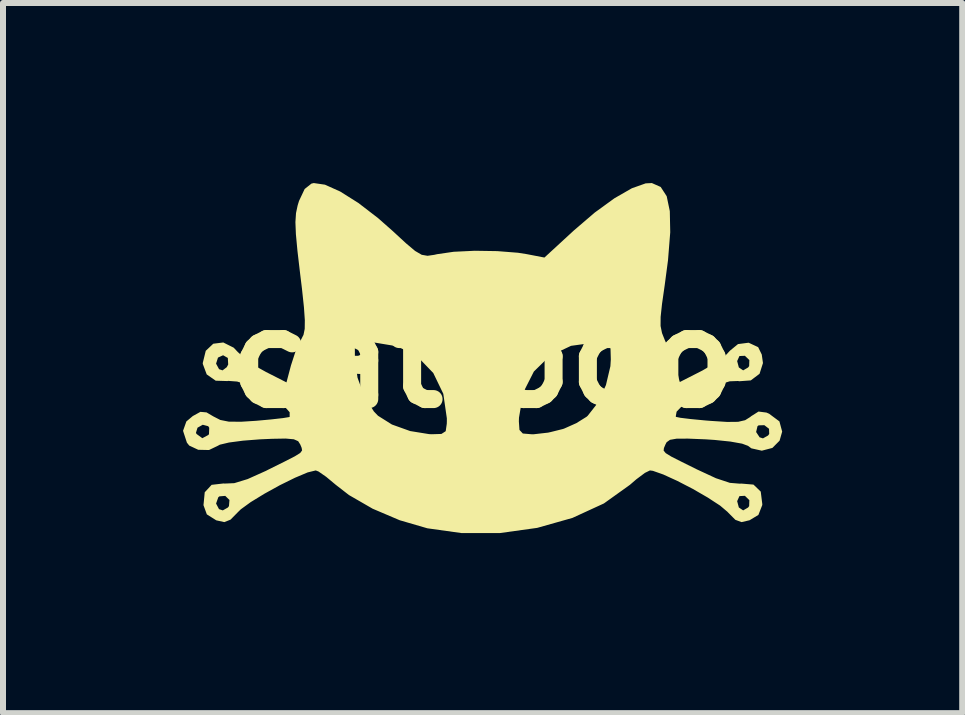
<source format=kicad_pcb>
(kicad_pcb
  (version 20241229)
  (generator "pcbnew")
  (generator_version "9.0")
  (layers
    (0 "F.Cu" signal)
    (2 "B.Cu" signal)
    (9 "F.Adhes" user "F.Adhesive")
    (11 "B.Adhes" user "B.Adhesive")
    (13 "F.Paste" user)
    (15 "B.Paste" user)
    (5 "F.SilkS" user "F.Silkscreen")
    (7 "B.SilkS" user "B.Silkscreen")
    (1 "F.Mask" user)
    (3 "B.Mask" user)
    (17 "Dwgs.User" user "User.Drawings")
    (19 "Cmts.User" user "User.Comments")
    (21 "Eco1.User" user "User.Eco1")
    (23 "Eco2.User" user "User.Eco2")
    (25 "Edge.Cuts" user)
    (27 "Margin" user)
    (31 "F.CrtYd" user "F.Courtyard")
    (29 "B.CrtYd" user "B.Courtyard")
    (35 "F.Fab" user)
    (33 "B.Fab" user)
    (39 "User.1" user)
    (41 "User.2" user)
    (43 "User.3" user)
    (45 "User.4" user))
  (footprint "catlogo"
    (layer "F.Cu")
    (at 4.995 2.921)
    (property "Reference" "catlogo" (at 0 0 0) (layer "F.SilkS") (effects (font (size 1.5 1.5) (thickness 0.3))))
    (attr board_only exclude_from_pos_files exclude_from_bom)
    (fp_poly (pts (xy 2.963 -2.856) (xy 3.063 -2.702) (xy 3.115 -2.453) (xy 3.122 -2.101) (xy 3.085 -1.636) (xy 3.03 -1.22) (xy 2.985 -0.906) (xy 2.962 -0.691) (xy 2.961 -0.54) (xy 2.985 -0.422) (xy 3.033 -0.301) (xy 3.059 -0.245) (xy 3.152 -0.031) (xy 3.223 0.166) (xy 3.236 0.214) (xy 3.28 0.395) (xy 3.657 0.203) (xy 3.87 0.08) (xy 3.917 0.045) (xy 4.237 0.045) (xy 4.265 0.151) (xy 4.337 0.2) (xy 4.419 0.152) (xy 4.437 0.128) (xy 4.44 0.028) (xy 4.366 -0.043) (xy 4.275 -0.039) (xy 4.237 0.045) (xy 3.917 0.045) (xy 4.04 -0.045) (xy 4.117 -0.128) (xy 4.251 -0.238) (xy 4.428 -0.261) (xy 4.585 -0.188) (xy 4.587 -0.187) (xy 4.647 -0.064) (xy 4.667 0.078) (xy 4.61 0.257) (xy 4.464 0.367) (xy 4.27 0.381) (xy 4.252 0.377) (xy 4.113 0.382) (xy 3.923 0.442) (xy 3.711 0.539) (xy 3.505 0.656) (xy 3.334 0.778) (xy 3.228 0.888) (xy 3.214 0.968) (xy 3.219 0.975) (xy 3.291 0.99) (xy 3.463 1.011) (xy 3.703 1.034) (xy 3.789 1.041) (xy 4.07 1.059) (xy 4.253 1.057) (xy 4.37 1.03) (xy 4.456 0.976) (xy 4.468 0.965) (xy 4.593 0.886) (xy 4.725 0.903) (xy 4.769 0.922) (xy 4.941 1.05) (xy 4.987 1.22) (xy 4.944 1.371) (xy 4.824 1.492) (xy 4.648 1.538) (xy 4.474 1.499) (xy 4.417 1.457) (xy 4.32 1.421) (xy 4.124 1.386) (xy 3.863 1.359) (xy 3.714 1.349) (xy 3.418 1.337) (xy 3.228 1.338) (xy 3.118 1.357) (xy 3.062 1.397) (xy 3.042 1.435) (xy 3.017 1.494) (xy 3.012 1.537) (xy 3.047 1.579) (xy 3.141 1.637) (xy 3.315 1.725) (xy 3.567 1.85) (xy 3.884 1.997) (xy 4.116 2.074) (xy 4.285 2.088) (xy 4.304 2.086) (xy 4.509 2.103) (xy 4.63 2.22) (xy 4.656 2.429) (xy 4.655 2.445) (xy 4.591 2.608) (xy 4.444 2.697) (xy 4.31 2.728) (xy 4.207 2.69) (xy 4.082 2.564) (xy 4.077 2.558) (xy 3.953 2.453) (xy 3.839 2.379) (xy 4.237 2.379) (xy 4.265 2.484) (xy 4.337 2.533) (xy 4.419 2.485) (xy 4.437 2.461) (xy 4.44 2.362) (xy 4.366 2.29) (xy 4.275 2.295) (xy 4.237 2.379) (xy 3.839 2.379) (xy 3.749 2.32) (xy 3.5 2.176) (xy 3.241 2.042) (xy 3.007 1.935) (xy 2.834 1.874) (xy 2.784 1.867) (xy 2.7 1.908) (xy 2.557 2.015) (xy 2.45 2.107) (xy 2.017 2.417) (xy 1.493 2.658) (xy 0.906 2.824) (xy 0.281 2.911) (xy -0.354 2.911) (xy -0.925 2.831) (xy -1.385 2.697) (xy -1.836 2.505) (xy -2.231 2.277) (xy -2.45 2.107) (xy -2.611 1.973) (xy -2.738 1.885) (xy -2.784 1.867) (xy -2.919 1.9) (xy -3.13 1.989) (xy -3.382 2.113) (xy -3.639 2.255) (xy -3.868 2.395) (xy -4.033 2.515) (xy -4.077 2.558) (xy -4.204 2.687) (xy -4.307 2.728) (xy -4.439 2.699) (xy -4.444 2.697) (xy -4.599 2.599) (xy -4.655 2.445) (xy -4.652 2.419) (xy -4.445 2.419) (xy -4.396 2.512) (xy -4.333 2.533) (xy -4.248 2.485) (xy -4.23 2.461) (xy -4.222 2.359) (xy -4.292 2.291) (xy -4.389 2.299) (xy -4.408 2.314) (xy -4.445 2.419) (xy -4.652 2.419) (xy -4.634 2.231) (xy -4.519 2.107) (xy -4.319 2.084) (xy -4.304 2.086) (xy -4.141 2.079) (xy -3.919 2.011) (xy -3.614 1.874) (xy -3.567 1.85) (xy -3.301 1.718) (xy -3.133 1.632) (xy -3.043 1.576) (xy -3.012 1.534) (xy -3.019 1.491) (xy -3.042 1.435) (xy -3.077 1.38) (xy -3.149 1.348) (xy -3.285 1.336) (xy -3.51 1.34) (xy -3.714 1.349) (xy -3.996 1.371) (xy -4.23 1.402) (xy -4.382 1.438) (xy -4.417 1.457) (xy -4.563 1.527) (xy -4.742 1.523) (xy -4.892 1.453) (xy -4.931 1.404) (xy -4.985 1.239) (xy -4.78 1.239) (xy -4.771 1.259) (xy -4.674 1.33) (xy -4.573 1.276) (xy -4.563 1.261) (xy -4.559 1.156) (xy -4.576 1.13) (xy -4.667 1.106) (xy -4.754 1.155) (xy -4.78 1.239) (xy -4.985 1.239) (xy -4.995 1.206) (xy -4.94 1.051) (xy -4.833 0.961) (xy -4.706 0.891) (xy -4.604 0.9) (xy -4.49 0.967) (xy -4.375 1.026) (xy -4.234 1.054) (xy -4.03 1.056) (xy -3.777 1.04) (xy -3.526 1.017) (xy -3.331 0.995) (xy -3.227 0.978) (xy -3.219 0.975) (xy -3.219 0.897) (xy -3.316 0.789) (xy -3.48 0.667) (xy -3.684 0.549) (xy -3.898 0.449) (xy -4.094 0.386) (xy -4.244 0.375) (xy -4.256 0.378) (xy -4.451 0.372) (xy -4.601 0.267) (xy -4.666 0.093) (xy -4.666 0.088) (xy -4.445 0.088) (xy -4.395 0.18) (xy -4.337 0.2) (xy -4.267 0.147) (xy -4.243 0.102) (xy -4.249 -0.007) (xy -4.328 -0.052) (xy -4.413 -0.013) (xy -4.445 0.088) (xy -4.666 0.088) (xy -4.667 0.078) (xy -4.617 -0.126) (xy -4.492 -0.244) (xy -4.325 -0.265) (xy -4.151 -0.178) (xy -4.085 -0.108) (xy -3.955 0.012) (xy -3.756 0.147) (xy -3.616 0.225) (xy -3.272 0.4) (xy -3.197 0.117) (xy -3.127 -0.099) (xy -3.053 -0.267) (xy -2.133 -0.267) (xy -2.132 0.017) (xy -2.088 0.322) (xy -1.975 0.63) (xy -1.816 0.884) (xy -1.747 0.956) (xy -1.515 1.102) (xy -1.211 1.211) (xy -0.896 1.262) (xy -0.85 1.264) (xy -0.69 1.259) (xy -0.619 1.213) (xy -0.601 1.089) (xy -0.6 1.05) (xy 0.6 1.05) (xy 0.61 1.192) (xy 0.666 1.252) (xy 0.809 1.264) (xy 0.85 1.264) (xy 1.088 1.237) (xy 1.132 1.227) (xy 4.553 1.227) (xy 4.611 1.315) (xy 4.667 1.333) (xy 4.752 1.285) (xy 4.771 1.259) (xy 4.768 1.173) (xy 4.69 1.113) (xy 4.595 1.116) (xy 4.576 1.13) (xy 4.553 1.227) (xy 1.132 1.227) (xy 1.333 1.177) (xy 1.354 1.17) (xy 1.558 1.079) (xy 1.728 0.973) (xy 1.747 0.956) (xy 1.918 0.738) (xy 2.051 0.444) (xy 2.125 0.131) (xy 2.132 0.017) (xy 2.127 -0.161) (xy 2.089 -0.243) (xy 1.987 -0.266) (xy 1.891 -0.267) (xy 1.469 -0.209) (xy 1.118 -0.043) (xy 0.85 0.219) (xy 0.674 0.566) (xy 0.602 0.988) (xy 0.6 1.05) (xy -0.6 1.05) (xy -0.6 0.998) (xy -0.659 0.59) (xy -0.826 0.244) (xy -1.085 -0.025) (xy -1.421 -0.2) (xy -1.819 -0.266) (xy -1.841 -0.267) (xy -2.133 -0.267) (xy -3.053 -0.267) (xy -3.046 -0.283) (xy -3.026 -0.318) (xy -2.988 -0.393) (xy -2.968 -0.491) (xy -2.966 -0.636) (xy -2.981 -0.852) (xy -3.014 -1.162) (xy -3.044 -1.407) (xy -3.089 -1.791) (xy -3.115 -2.069) (xy -3.123 -2.27) (xy -3.113 -2.421) (xy -3.086 -2.548) (xy -3.063 -2.623) (xy -2.969 -2.822) (xy -2.856 -2.912) (xy -2.817 -2.921) (xy -2.631 -2.894) (xy -2.377 -2.78) (xy -2.075 -2.59) (xy -1.747 -2.338) (xy -1.501 -2.121) (xy -1.28 -1.917) (xy -1.129 -1.79) (xy -1.019 -1.726) (xy -0.922 -1.709) (xy -0.811 -1.725) (xy -0.762 -1.736) (xy -0.487 -1.776) (xy -0.135 -1.793) (xy 0.24 -1.787) (xy 0.584 -1.76) (xy 0.73 -1.737) (xy 1.026 -1.68) (xy 1.516 -2.131) (xy 1.865 -2.43) (xy 2.193 -2.668) (xy 2.482 -2.834) (xy 2.713 -2.916) (xy 2.816 -2.921)) (stroke (width 0) (type solid)) (fill yes) (layer "F.SilkS")))
  (gr_rect
    (start -3 -3)
    (end 12.982 8.832)
    (stroke (width 0.1) (type default))
    (fill no)
    (layer "Edge.Cuts")))
</source>
